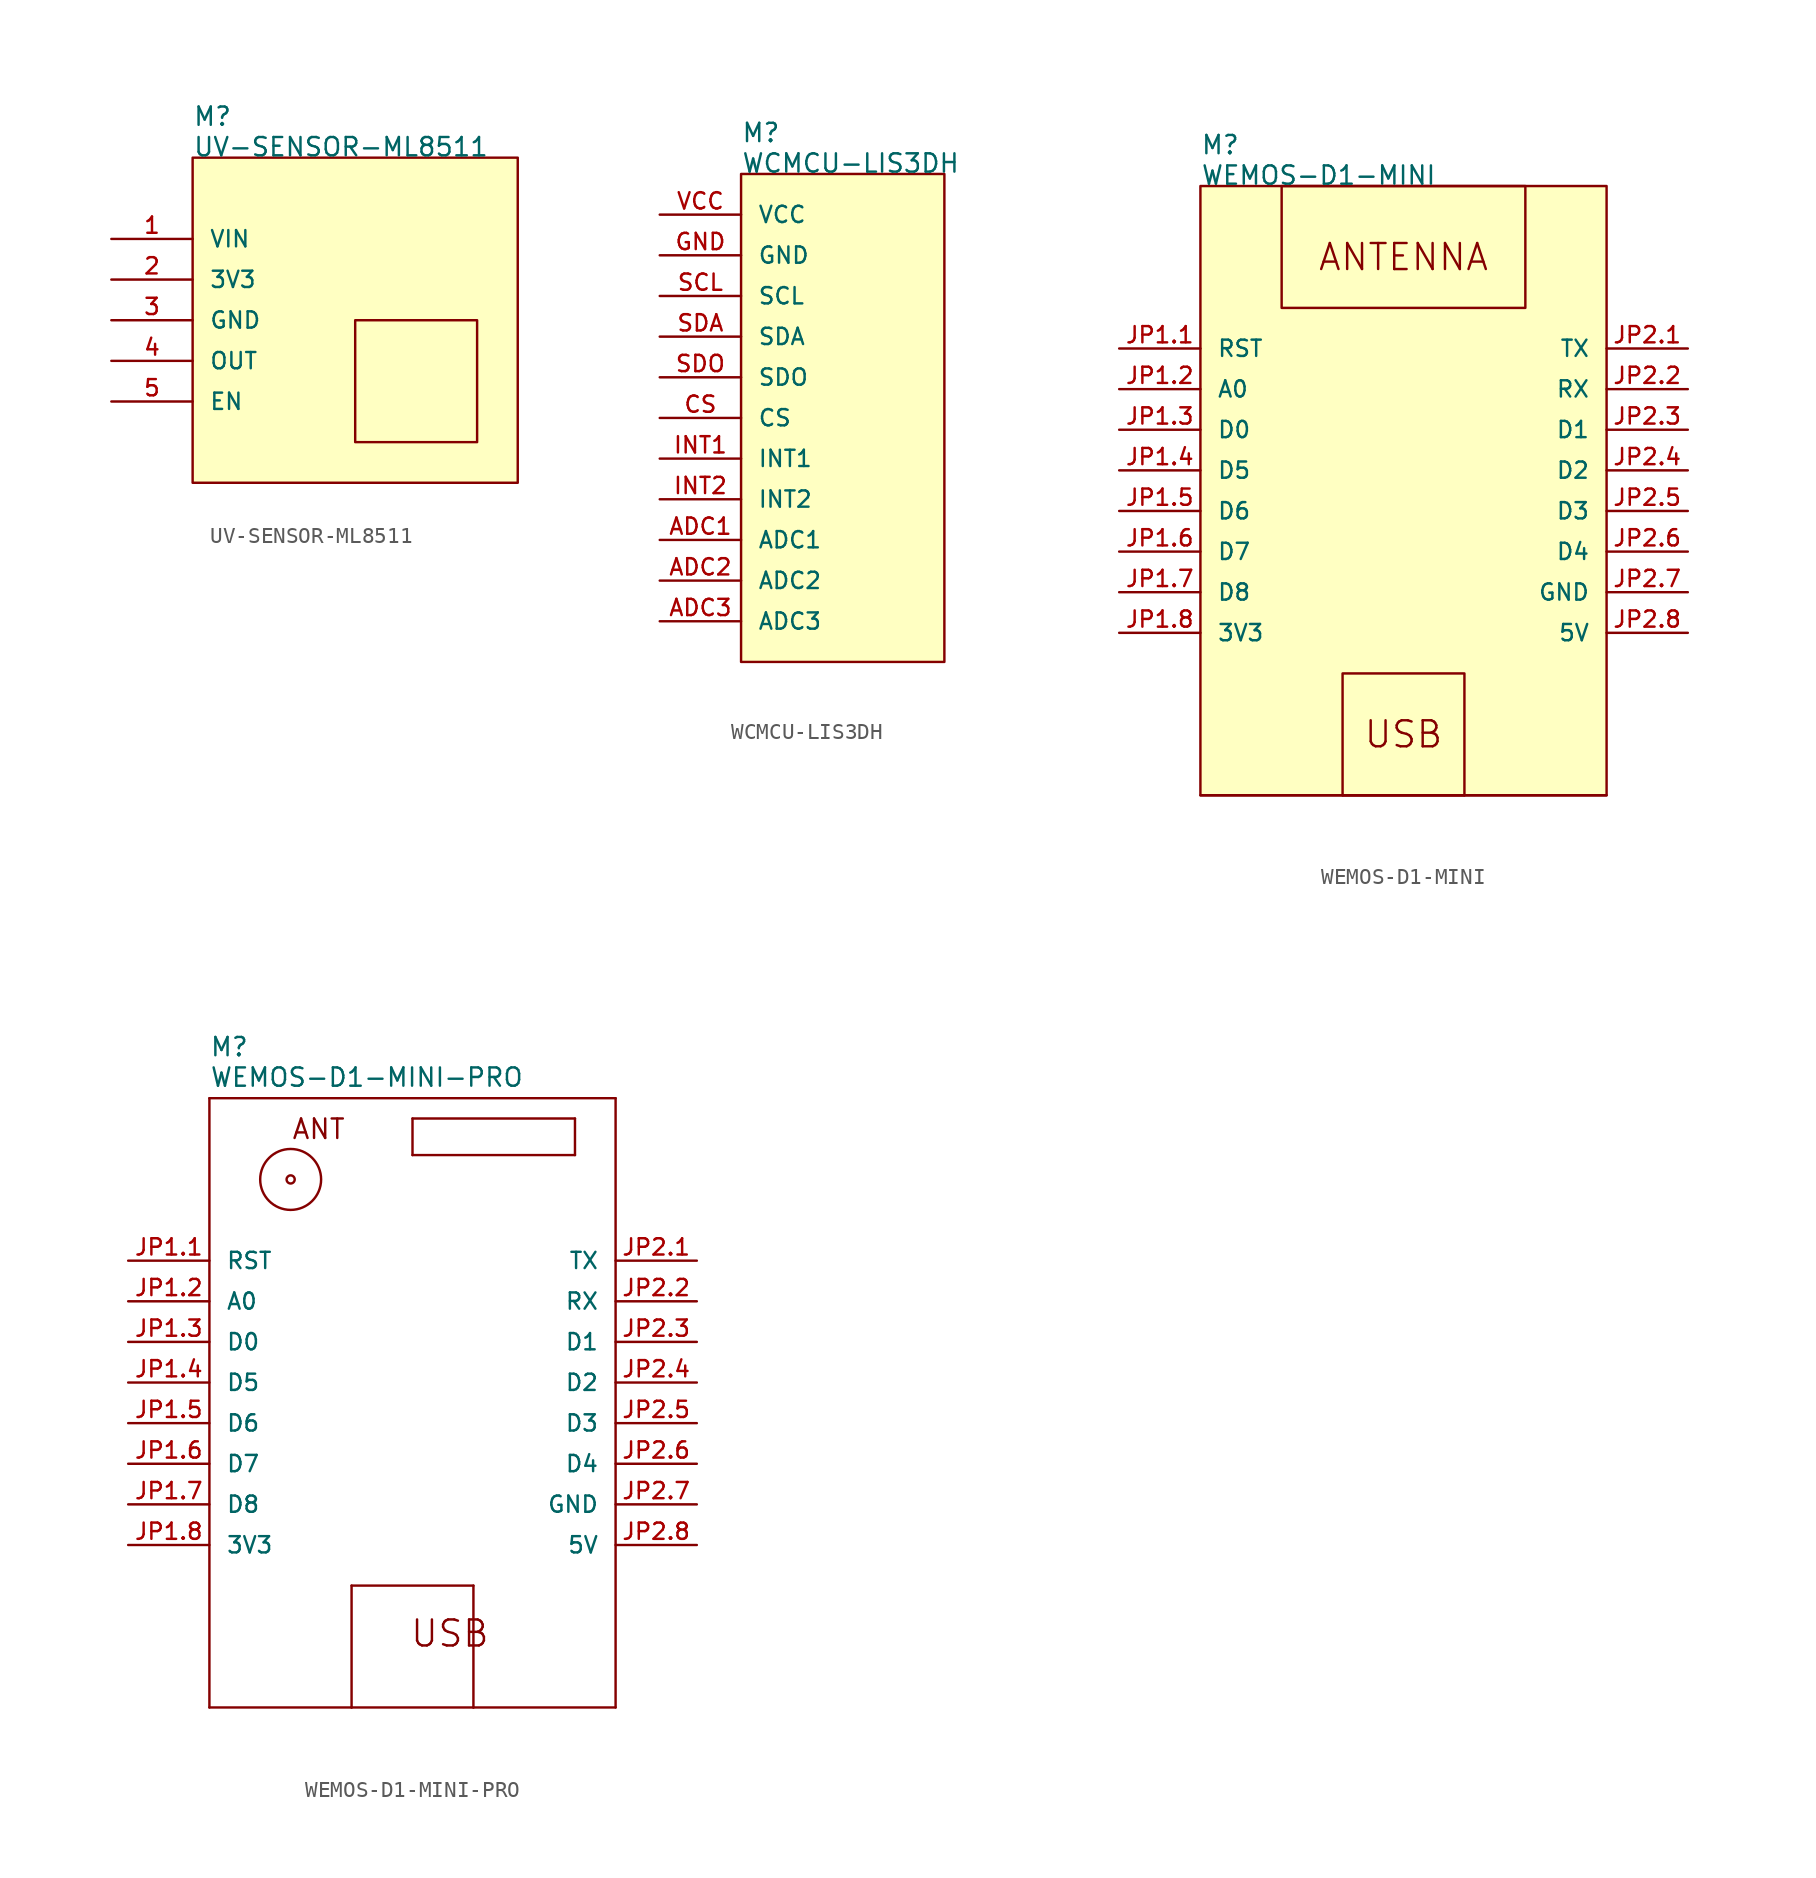
<source format=kicad_sym>
(kicad_symbol_lib
  (version 20231120)
  (generator "kicad_symbol_editor")
  (generator_version "8.0")
  (symbol "UV-SENSOR-ML8511"
    (pin_names
      (offset 1.016))
    (property "Reference" "M"
      (at -5.08 12.065 0)
      (effects (font (size 1.143 1.143)) (justify left bottom)))
    (property "Value" "UV-SENSOR-ML8511"
      (at -5.08 10.16 0)
      (effects (font (size 1.143 1.143)) (justify left bottom)))
    (property "ki_locked" ""
      (at 0 0 0)
      (effects (font (size 1.27 1.27))))
    (symbol "UV-SENSOR-ML8511_1_1"
      (rectangle (start -5.08 -10.16) (end 15.24 10.16) (stroke (width 0) (type default)) (fill (type background)))
      (rectangle (start 5.08 -7.62) (end 12.7 0) (stroke (width 0) (type default)) (fill (type none)))
      (pin power_in line (at -10.16 5.08 0) (length 5.08) (name "VIN" (effects (font (size 1.016 1.016)))) (number "1" (effects (font (size 1.016 1.016)))))
      (pin power_in line (at -10.16 2.54 0) (length 5.08) (name "3V3" (effects (font (size 1.016 1.016)))) (number "2" (effects (font (size 1.016 1.016)))))
      (pin power_in line (at -10.16 0 0) (length 5.08) (name "GND" (effects (font (size 1.016 1.016)))) (number "3" (effects (font (size 1.016 1.016)))))
      (pin bidirectional line (at -10.16 -2.54 0) (length 5.08) (name "OUT" (effects (font (size 1.016 1.016)))) (number "4" (effects (font (size 1.016 1.016)))))
      (pin bidirectional line (at -10.16 -5.08 0) (length 5.08) (name "EN" (effects (font (size 1.016 1.016)))) (number "5" (effects (font (size 1.016 1.016)))))))
  (symbol "WCMCU-LIS3DH"
    (pin_names
      (offset 1.016))
    (property "Reference" "M"
      (at 0 15.875 0)
      (effects (font (size 1.143 1.143)) (justify left bottom)))
    (property "Value" "WCMCU-LIS3DH"
      (at 0 13.97 0)
      (effects (font (size 1.143 1.143)) (justify left bottom)))
    (property "ki_locked" ""
      (at 0 0 0)
      (effects (font (size 1.27 1.27))))
    (symbol "WCMCU-LIS3DH_1_0"
      (rectangle (start 0 13.97) (end 12.7 -16.51) (stroke (width 0) (type default)) (fill (type background))))
    (symbol "WCMCU-LIS3DH_1_1"
      (pin bidirectional line (at -5.08 -8.89 0) (length 5.08) (name "ADC1" (effects (font (size 1.016 1.016)))) (number "ADC1" (effects (font (size 1.016 1.016)))))
      (pin bidirectional line (at -5.08 -11.43 0) (length 5.08) (name "ADC2" (effects (font (size 1.016 1.016)))) (number "ADC2" (effects (font (size 1.016 1.016)))))
      (pin bidirectional line (at -5.08 -13.97 0) (length 5.08) (name "ADC3" (effects (font (size 1.016 1.016)))) (number "ADC3" (effects (font (size 1.016 1.016)))))
      (pin bidirectional line (at -5.08 -1.27 0) (length 5.08) (name "CS" (effects (font (size 1.016 1.016)))) (number "CS" (effects (font (size 1.016 1.016)))))
      (pin bidirectional line (at -5.08 8.89 0) (length 5.08) (name "GND" (effects (font (size 1.016 1.016)))) (number "GND" (effects (font (size 1.016 1.016)))))
      (pin bidirectional line (at -5.08 -3.81 0) (length 5.08) (name "INT1" (effects (font (size 1.016 1.016)))) (number "INT1" (effects (font (size 1.016 1.016)))))
      (pin bidirectional line (at -5.08 -6.35 0) (length 5.08) (name "INT2" (effects (font (size 1.016 1.016)))) (number "INT2" (effects (font (size 1.016 1.016)))))
      (pin bidirectional line (at -5.08 6.35 0) (length 5.08) (name "SCL" (effects (font (size 1.016 1.016)))) (number "SCL" (effects (font (size 1.016 1.016)))))
      (pin bidirectional line (at -5.08 3.81 0) (length 5.08) (name "SDA" (effects (font (size 1.016 1.016)))) (number "SDA" (effects (font (size 1.016 1.016)))))
      (pin bidirectional line (at -5.08 1.27 0) (length 5.08) (name "SDO" (effects (font (size 1.016 1.016)))) (number "SDO" (effects (font (size 1.016 1.016)))))
      (pin bidirectional line (at -5.08 11.43 0) (length 5.08) (name "VCC" (effects (font (size 1.016 1.016)))) (number "VCC" (effects (font (size 1.016 1.016)))))))
  (symbol "WEMOS-D1-MINI"
    (pin_names
      (offset 1.016))
    (property "Reference" "M"
      (at -12.7 22.225 0)
      (effects (font (size 1.143 1.143)) (justify left bottom)))
    (property "Value" "WEMOS-D1-MINI"
      (at -12.7 20.32 0)
      (effects (font (size 1.143 1.143)) (justify left bottom)))
    (property "ki_locked" ""
      (at 0 0 0)
      (effects (font (size 1.27 1.27))))
    (symbol "WEMOS-D1-MINI_1_0"
      (polyline (pts (xy -3.81 -17.78) (xy -12.7 -17.78)) (stroke (width 0) (type default)) (fill (type none)))
      (polyline (pts (xy 3.81 -17.78) (xy -3.81 -17.78)) (stroke (width 0) (type default)) (fill (type none)))
      (polyline (pts (xy 12.7 -17.78) (xy 3.81 -17.78)) (stroke (width 0) (type default)) (fill (type none)))
      (text "ANTENNA" (at 0 15.875 0) (effects (font (size 1.626 1.626))))
      (text "USB" (at 0 -13.97 0) (effects (font (size 1.626 1.626)))))
    (symbol "WEMOS-D1-MINI_1_1"
      (rectangle (start -12.7 -17.78) (end 12.7 20.32) (stroke (width 0) (type default)) (fill (type background)))
      (rectangle (start -7.62 12.7) (end 7.62 20.32) (stroke (width 0) (type default)) (fill (type none)))
      (rectangle (start -3.81 -10.16) (end 3.81 -17.78) (stroke (width 0) (type default)) (fill (type none)))
      (pin bidirectional line (at -17.78 10.16 0) (length 5.08) (name "RST" (effects (font (size 1.016 1.016)))) (number "JP1.1" (effects (font (size 1.016 1.016)))))
      (pin bidirectional line (at -17.78 7.62 0) (length 5.08) (name "A0" (effects (font (size 1.016 1.016)))) (number "JP1.2" (effects (font (size 1.016 1.016)))))
      (pin bidirectional line (at -17.78 5.08 0) (length 5.08) (name "D0" (effects (font (size 1.016 1.016)))) (number "JP1.3" (effects (font (size 1.016 1.016)))))
      (pin bidirectional line (at -17.78 2.54 0) (length 5.08) (name "D5" (effects (font (size 1.016 1.016)))) (number "JP1.4" (effects (font (size 1.016 1.016)))))
      (pin bidirectional line (at -17.78 0 0) (length 5.08) (name "D6" (effects (font (size 1.016 1.016)))) (number "JP1.5" (effects (font (size 1.016 1.016)))))
      (pin bidirectional line (at -17.78 -2.54 0) (length 5.08) (name "D7" (effects (font (size 1.016 1.016)))) (number "JP1.6" (effects (font (size 1.016 1.016)))))
      (pin bidirectional line (at -17.78 -5.08 0) (length 5.08) (name "D8" (effects (font (size 1.016 1.016)))) (number "JP1.7" (effects (font (size 1.016 1.016)))))
      (pin power_in line (at -17.78 -7.62 0) (length 5.08) (name "3V3" (effects (font (size 1.016 1.016)))) (number "JP1.8" (effects (font (size 1.016 1.016)))))
      (pin bidirectional line (at 17.78 10.16 180) (length 5.08) (name "TX" (effects (font (size 1.016 1.016)))) (number "JP2.1" (effects (font (size 1.016 1.016)))))
      (pin bidirectional line (at 17.78 7.62 180) (length 5.08) (name "RX" (effects (font (size 1.016 1.016)))) (number "JP2.2" (effects (font (size 1.016 1.016)))))
      (pin bidirectional line (at 17.78 5.08 180) (length 5.08) (name "D1" (effects (font (size 1.016 1.016)))) (number "JP2.3" (effects (font (size 1.016 1.016)))))
      (pin bidirectional line (at 17.78 2.54 180) (length 5.08) (name "D2" (effects (font (size 1.016 1.016)))) (number "JP2.4" (effects (font (size 1.016 1.016)))))
      (pin bidirectional line (at 17.78 0 180) (length 5.08) (name "D3" (effects (font (size 1.016 1.016)))) (number "JP2.5" (effects (font (size 1.016 1.016)))))
      (pin bidirectional line (at 17.78 -2.54 180) (length 5.08) (name "D4" (effects (font (size 1.016 1.016)))) (number "JP2.6" (effects (font (size 1.016 1.016)))))
      (pin power_in line (at 17.78 -5.08 180) (length 5.08) (name "GND" (effects (font (size 1.016 1.016)))) (number "JP2.7" (effects (font (size 1.016 1.016)))))
      (pin power_in line (at 17.78 -7.62 180) (length 5.08) (name "5V" (effects (font (size 1.016 1.016)))) (number "JP2.8" (effects (font (size 1.016 1.016)))))))
  (symbol "WEMOS-D1-MINI-PRO"
    (pin_names
      (offset 1.016))
    (property "Reference" "M"
      (at -12.7 22.86 0)
      (effects (font (size 1.143 1.143)) (justify left bottom)))
    (property "Value" "WEMOS-D1-MINI-PRO"
      (at -12.7 20.955 0)
      (effects (font (size 1.143 1.143)) (justify left bottom)))
    (property "ki_locked" ""
      (at 0 0 0)
      (effects (font (size 1.27 1.27))))
    (symbol "WEMOS-D1-MINI-PRO_1_0"
      (polyline (pts (xy -12.7 -17.78) (xy -12.7 20.32)) (stroke (width 0) (type default)) (fill (type none)))
      (polyline (pts (xy -12.7 20.32) (xy 12.7 20.32)) (stroke (width 0) (type default)) (fill (type none)))
      (polyline (pts (xy -3.81 -17.78) (xy -12.7 -17.78)) (stroke (width 0) (type default)) (fill (type none)))
      (polyline (pts (xy -3.81 -17.78) (xy -3.81 -10.16)) (stroke (width 0) (type default)) (fill (type none)))
      (polyline (pts (xy -3.81 -10.16) (xy 3.81 -10.16)) (stroke (width 0) (type default)) (fill (type none)))
      (polyline (pts (xy 0 16.764) (xy 10.16 16.764)) (stroke (width 0) (type default)) (fill (type none)))
      (polyline (pts (xy 0 19.05) (xy 0 16.764)) (stroke (width 0) (type default)) (fill (type none)))
      (polyline (pts (xy 3.81 -17.78) (xy -3.81 -17.78)) (stroke (width 0) (type default)) (fill (type none)))
      (polyline (pts (xy 3.81 -10.16) (xy 3.81 -17.78)) (stroke (width 0) (type default)) (fill (type none)))
      (polyline (pts (xy 10.16 16.764) (xy 10.16 19.05)) (stroke (width 0) (type default)) (fill (type none)))
      (polyline (pts (xy 10.16 19.05) (xy 0 19.05)) (stroke (width 0) (type default)) (fill (type none)))
      (polyline (pts (xy 12.7 -17.78) (xy 3.81 -17.78)) (stroke (width 0) (type default)) (fill (type none)))
      (polyline (pts (xy 12.7 20.32) (xy 12.7 -17.78)) (stroke (width 0) (type default)) (fill (type none)))
      (text "ANT" (at -5.867 18.39 0) (effects (font (size 1.219 1.219))))
      (text "USB" (at 2.337 -13.157 0) (effects (font (size 1.626 1.626)))))
    (symbol "WEMOS-D1-MINI-PRO_1_1"
      (circle (center -7.62 15.24) (radius 0.254) (stroke (width 0) (type default)) (fill (type none)))
      (circle (center -7.62 15.24) (radius 1.905) (stroke (width 0) (type default)) (fill (type none)))
      (pin bidirectional line (at -17.78 10.16 0) (length 5.08) (name "RST" (effects (font (size 1.016 1.016)))) (number "JP1.1" (effects (font (size 1.016 1.016)))))
      (pin bidirectional line (at -17.78 7.62 0) (length 5.08) (name "A0" (effects (font (size 1.016 1.016)))) (number "JP1.2" (effects (font (size 1.016 1.016)))))
      (pin bidirectional line (at -17.78 5.08 0) (length 5.08) (name "D0" (effects (font (size 1.016 1.016)))) (number "JP1.3" (effects (font (size 1.016 1.016)))))
      (pin bidirectional line (at -17.78 2.54 0) (length 5.08) (name "D5" (effects (font (size 1.016 1.016)))) (number "JP1.4" (effects (font (size 1.016 1.016)))))
      (pin bidirectional line (at -17.78 0 0) (length 5.08) (name "D6" (effects (font (size 1.016 1.016)))) (number "JP1.5" (effects (font (size 1.016 1.016)))))
      (pin bidirectional line (at -17.78 -2.54 0) (length 5.08) (name "D7" (effects (font (size 1.016 1.016)))) (number "JP1.6" (effects (font (size 1.016 1.016)))))
      (pin bidirectional line (at -17.78 -5.08 0) (length 5.08) (name "D8" (effects (font (size 1.016 1.016)))) (number "JP1.7" (effects (font (size 1.016 1.016)))))
      (pin power_in line (at -17.78 -7.62 0) (length 5.08) (name "3V3" (effects (font (size 1.016 1.016)))) (number "JP1.8" (effects (font (size 1.016 1.016)))))
      (pin bidirectional line (at 17.78 10.16 180) (length 5.08) (name "TX" (effects (font (size 1.016 1.016)))) (number "JP2.1" (effects (font (size 1.016 1.016)))))
      (pin bidirectional line (at 17.78 7.62 180) (length 5.08) (name "RX" (effects (font (size 1.016 1.016)))) (number "JP2.2" (effects (font (size 1.016 1.016)))))
      (pin bidirectional line (at 17.78 5.08 180) (length 5.08) (name "D1" (effects (font (size 1.016 1.016)))) (number "JP2.3" (effects (font (size 1.016 1.016)))))
      (pin bidirectional line (at 17.78 2.54 180) (length 5.08) (name "D2" (effects (font (size 1.016 1.016)))) (number "JP2.4" (effects (font (size 1.016 1.016)))))
      (pin bidirectional line (at 17.78 0 180) (length 5.08) (name "D3" (effects (font (size 1.016 1.016)))) (number "JP2.5" (effects (font (size 1.016 1.016)))))
      (pin bidirectional line (at 17.78 -2.54 180) (length 5.08) (name "D4" (effects (font (size 1.016 1.016)))) (number "JP2.6" (effects (font (size 1.016 1.016)))))
      (pin power_in line (at 17.78 -5.08 180) (length 5.08) (name "GND" (effects (font (size 1.016 1.016)))) (number "JP2.7" (effects (font (size 1.016 1.016)))))
      (pin power_in line (at 17.78 -7.62 180) (length 5.08) (name "5V" (effects (font (size 1.016 1.016)))) (number "JP2.8" (effects (font (size 1.016 1.016))))))))
</source>
